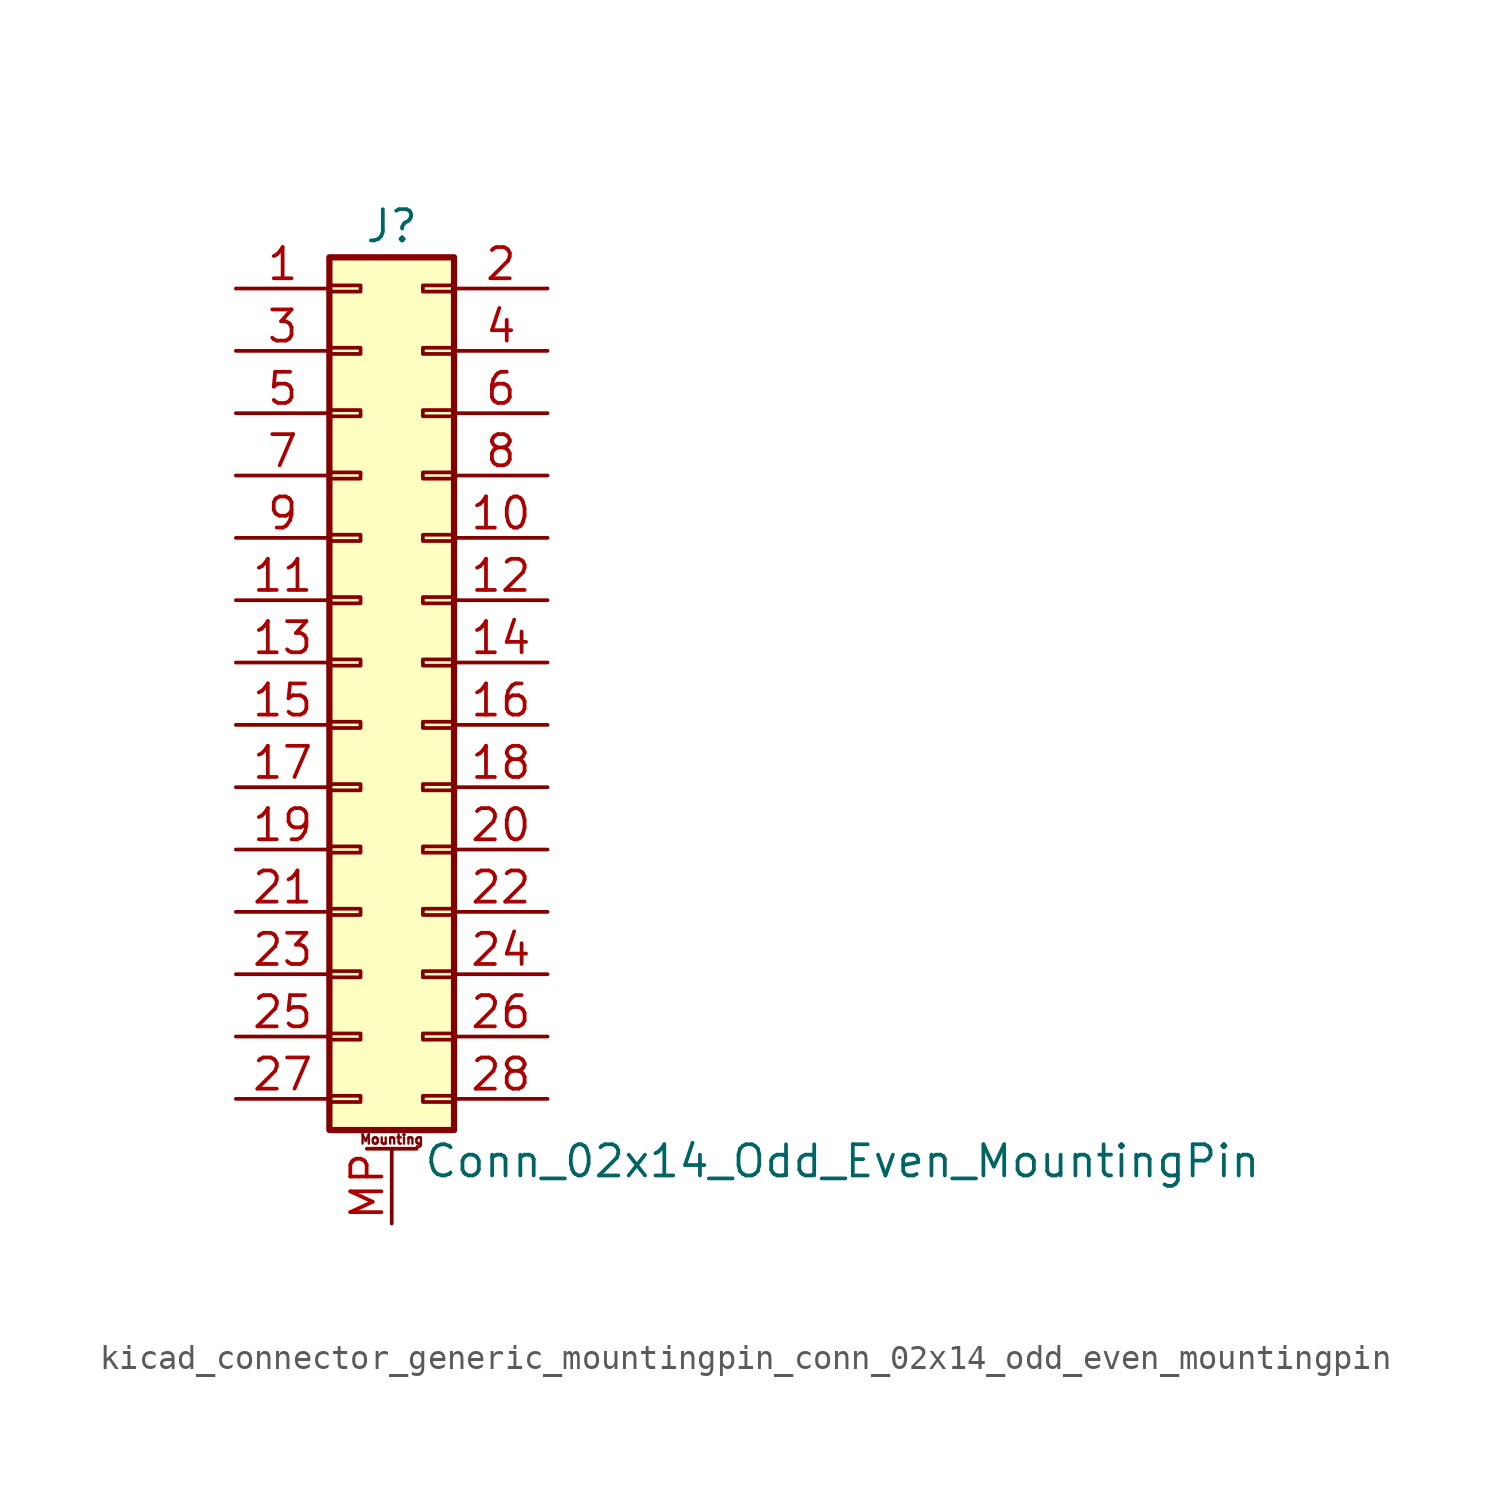
<source format=kicad_sym>
(kicad_symbol_lib
  (version 20220914)
  (generator kicad_symbol_editor)
  (symbol "kicad_connector_generic_mountingpin_conn_02x14_odd_even_mountingpin"
    (pin_names
      (offset 1.016) hide)
    (property "Reference" "J"
      (at 1.27 17.78 0)
      (effects (font (size 1.27 1.27))))
    (property "Value" "Conn_02x14_Odd_Even_MountingPin"
      (at 2.54 -20.32 0)
      (effects (font (size 1.27 1.27)) (justify left)))
    (symbol "kicad_connector_generic_mountingpin_conn_02x14_odd_even_mountingpin_1_1"
      (rectangle (start -1.27 -17.653) (end 0 -17.907) (stroke (width 0.152) (type default)) (fill (type none)))
      (rectangle (start -1.27 -15.113) (end 0 -15.367) (stroke (width 0.152) (type default)) (fill (type none)))
      (rectangle (start -1.27 -12.573) (end 0 -12.827) (stroke (width 0.152) (type default)) (fill (type none)))
      (rectangle (start -1.27 -10.033) (end 0 -10.287) (stroke (width 0.152) (type default)) (fill (type none)))
      (rectangle (start -1.27 -7.493) (end 0 -7.747) (stroke (width 0.152) (type default)) (fill (type none)))
      (rectangle (start -1.27 -4.953) (end 0 -5.207) (stroke (width 0.152) (type default)) (fill (type none)))
      (rectangle (start -1.27 -2.413) (end 0 -2.667) (stroke (width 0.152) (type default)) (fill (type none)))
      (rectangle (start -1.27 0.127) (end 0 -0.127) (stroke (width 0.152) (type default)) (fill (type none)))
      (rectangle (start -1.27 2.667) (end 0 2.413) (stroke (width 0.152) (type default)) (fill (type none)))
      (rectangle (start -1.27 5.207) (end 0 4.953) (stroke (width 0.152) (type default)) (fill (type none)))
      (rectangle (start -1.27 7.747) (end 0 7.493) (stroke (width 0.152) (type default)) (fill (type none)))
      (rectangle (start -1.27 10.287) (end 0 10.033) (stroke (width 0.152) (type default)) (fill (type none)))
      (rectangle (start -1.27 12.827) (end 0 12.573) (stroke (width 0.152) (type default)) (fill (type none)))
      (rectangle (start -1.27 15.367) (end 0 15.113) (stroke (width 0.152) (type default)) (fill (type none)))
      (rectangle (start -1.27 16.51) (end 3.81 -19.05) (stroke (width 0.254) (type default)) (fill (type background)))
      (polyline (pts (xy 0.254 -19.812) (xy 2.286 -19.812)) (stroke (width 0.152) (type default)) (fill (type none)))
      (rectangle (start 3.81 -17.653) (end 2.54 -17.907) (stroke (width 0.152) (type default)) (fill (type none)))
      (rectangle (start 3.81 -15.113) (end 2.54 -15.367) (stroke (width 0.152) (type default)) (fill (type none)))
      (rectangle (start 3.81 -12.573) (end 2.54 -12.827) (stroke (width 0.152) (type default)) (fill (type none)))
      (rectangle (start 3.81 -10.033) (end 2.54 -10.287) (stroke (width 0.152) (type default)) (fill (type none)))
      (rectangle (start 3.81 -7.493) (end 2.54 -7.747) (stroke (width 0.152) (type default)) (fill (type none)))
      (rectangle (start 3.81 -4.953) (end 2.54 -5.207) (stroke (width 0.152) (type default)) (fill (type none)))
      (rectangle (start 3.81 -2.413) (end 2.54 -2.667) (stroke (width 0.152) (type default)) (fill (type none)))
      (rectangle (start 3.81 0.127) (end 2.54 -0.127) (stroke (width 0.152) (type default)) (fill (type none)))
      (rectangle (start 3.81 2.667) (end 2.54 2.413) (stroke (width 0.152) (type default)) (fill (type none)))
      (rectangle (start 3.81 5.207) (end 2.54 4.953) (stroke (width 0.152) (type default)) (fill (type none)))
      (rectangle (start 3.81 7.747) (end 2.54 7.493) (stroke (width 0.152) (type default)) (fill (type none)))
      (rectangle (start 3.81 10.287) (end 2.54 10.033) (stroke (width 0.152) (type default)) (fill (type none)))
      (rectangle (start 3.81 12.827) (end 2.54 12.573) (stroke (width 0.152) (type default)) (fill (type none)))
      (rectangle (start 3.81 15.367) (end 2.54 15.113) (stroke (width 0.152) (type default)) (fill (type none)))
      (text "Mounting" (at 1.27 -19.431 0) (effects (font (size 0.381 0.381))))
      (pin passive line (at -5.08 15.24 0) (length 3.81) (name "Pin_1" (effects (font (size 1.27 1.27)))) (number "1" (effects (font (size 1.27 1.27)))))
      (pin passive line (at 7.62 5.08 180) (length 3.81) (name "Pin_10" (effects (font (size 1.27 1.27)))) (number "10" (effects (font (size 1.27 1.27)))))
      (pin passive line (at -5.08 2.54 0) (length 3.81) (name "Pin_11" (effects (font (size 1.27 1.27)))) (number "11" (effects (font (size 1.27 1.27)))))
      (pin passive line (at 7.62 2.54 180) (length 3.81) (name "Pin_12" (effects (font (size 1.27 1.27)))) (number "12" (effects (font (size 1.27 1.27)))))
      (pin passive line (at -5.08 0 0) (length 3.81) (name "Pin_13" (effects (font (size 1.27 1.27)))) (number "13" (effects (font (size 1.27 1.27)))))
      (pin passive line (at 7.62 0 180) (length 3.81) (name "Pin_14" (effects (font (size 1.27 1.27)))) (number "14" (effects (font (size 1.27 1.27)))))
      (pin passive line (at -5.08 -2.54 0) (length 3.81) (name "Pin_15" (effects (font (size 1.27 1.27)))) (number "15" (effects (font (size 1.27 1.27)))))
      (pin passive line (at 7.62 -2.54 180) (length 3.81) (name "Pin_16" (effects (font (size 1.27 1.27)))) (number "16" (effects (font (size 1.27 1.27)))))
      (pin passive line (at -5.08 -5.08 0) (length 3.81) (name "Pin_17" (effects (font (size 1.27 1.27)))) (number "17" (effects (font (size 1.27 1.27)))))
      (pin passive line (at 7.62 -5.08 180) (length 3.81) (name "Pin_18" (effects (font (size 1.27 1.27)))) (number "18" (effects (font (size 1.27 1.27)))))
      (pin passive line (at -5.08 -7.62 0) (length 3.81) (name "Pin_19" (effects (font (size 1.27 1.27)))) (number "19" (effects (font (size 1.27 1.27)))))
      (pin passive line (at 7.62 15.24 180) (length 3.81) (name "Pin_2" (effects (font (size 1.27 1.27)))) (number "2" (effects (font (size 1.27 1.27)))))
      (pin passive line (at 7.62 -7.62 180) (length 3.81) (name "Pin_20" (effects (font (size 1.27 1.27)))) (number "20" (effects (font (size 1.27 1.27)))))
      (pin passive line (at -5.08 -10.16 0) (length 3.81) (name "Pin_21" (effects (font (size 1.27 1.27)))) (number "21" (effects (font (size 1.27 1.27)))))
      (pin passive line (at 7.62 -10.16 180) (length 3.81) (name "Pin_22" (effects (font (size 1.27 1.27)))) (number "22" (effects (font (size 1.27 1.27)))))
      (pin passive line (at -5.08 -12.7 0) (length 3.81) (name "Pin_23" (effects (font (size 1.27 1.27)))) (number "23" (effects (font (size 1.27 1.27)))))
      (pin passive line (at 7.62 -12.7 180) (length 3.81) (name "Pin_24" (effects (font (size 1.27 1.27)))) (number "24" (effects (font (size 1.27 1.27)))))
      (pin passive line (at -5.08 -15.24 0) (length 3.81) (name "Pin_25" (effects (font (size 1.27 1.27)))) (number "25" (effects (font (size 1.27 1.27)))))
      (pin passive line (at 7.62 -15.24 180) (length 3.81) (name "Pin_26" (effects (font (size 1.27 1.27)))) (number "26" (effects (font (size 1.27 1.27)))))
      (pin passive line (at -5.08 -17.78 0) (length 3.81) (name "Pin_27" (effects (font (size 1.27 1.27)))) (number "27" (effects (font (size 1.27 1.27)))))
      (pin passive line (at 7.62 -17.78 180) (length 3.81) (name "Pin_28" (effects (font (size 1.27 1.27)))) (number "28" (effects (font (size 1.27 1.27)))))
      (pin passive line (at -5.08 12.7 0) (length 3.81) (name "Pin_3" (effects (font (size 1.27 1.27)))) (number "3" (effects (font (size 1.27 1.27)))))
      (pin passive line (at 7.62 12.7 180) (length 3.81) (name "Pin_4" (effects (font (size 1.27 1.27)))) (number "4" (effects (font (size 1.27 1.27)))))
      (pin passive line (at -5.08 10.16 0) (length 3.81) (name "Pin_5" (effects (font (size 1.27 1.27)))) (number "5" (effects (font (size 1.27 1.27)))))
      (pin passive line (at 7.62 10.16 180) (length 3.81) (name "Pin_6" (effects (font (size 1.27 1.27)))) (number "6" (effects (font (size 1.27 1.27)))))
      (pin passive line (at -5.08 7.62 0) (length 3.81) (name "Pin_7" (effects (font (size 1.27 1.27)))) (number "7" (effects (font (size 1.27 1.27)))))
      (pin passive line (at 7.62 7.62 180) (length 3.81) (name "Pin_8" (effects (font (size 1.27 1.27)))) (number "8" (effects (font (size 1.27 1.27)))))
      (pin passive line (at -5.08 5.08 0) (length 3.81) (name "Pin_9" (effects (font (size 1.27 1.27)))) (number "9" (effects (font (size 1.27 1.27)))))
      (pin passive line (at 1.27 -22.86 90) (length 3.048) (name "MountPin" (effects (font (size 1.27 1.27)))) (number "MP" (effects (font (size 1.27 1.27))))))))
</source>
